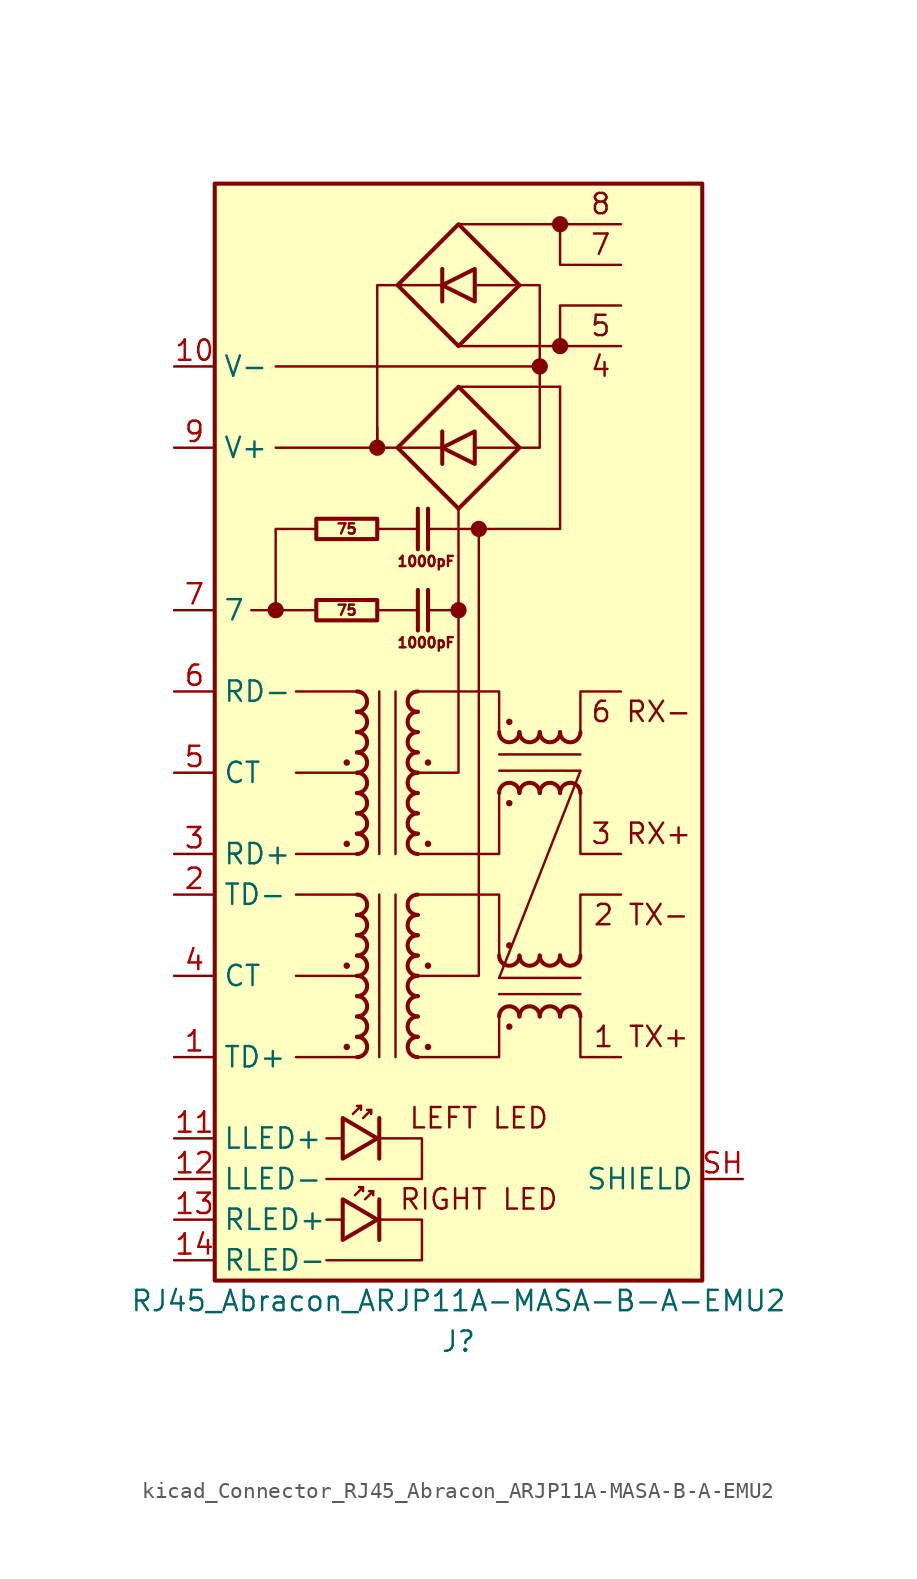
<source format=kicad_sym>
(kicad_symbol_lib
  (version 20220914)
  (generator kicad_symbol_editor)
  (symbol "kicad_Connector_RJ45_Abracon_ARJP11A-MASA-B-A-EMU2"
    (property "Reference" "J"
      (at 0 -38.1 0)
      (effects (font (size 1.27 1.27))))
    (property "Value" "RJ45_Abracon_ARJP11A-MASA-B-A-EMU2"
      (at 0 -35.56 0)
      (effects (font (size 1.27 1.27))))
    (symbol "kicad_Connector_RJ45_Abracon_ARJP11A-MASA-B-A-EMU2_0_0"
      (rectangle (start -15.24 34.29) (end 15.24 -34.29) (stroke (width 0.254) (type default)) (fill (type background)))
      (polyline (pts (xy -11.43 7.62) (xy -12.954 7.62)) (stroke (width 0) (type default)) (fill (type none)))
      (polyline (pts (xy -11.43 22.86) (xy 5.08 22.86)) (stroke (width 0) (type default)) (fill (type none)))
      (polyline (pts (xy -8.89 7.62) (xy -11.43 7.62)) (stroke (width 0) (type default)) (fill (type none)))
      (polyline (pts (xy -8.255 -25.4) (xy -7.239 -25.4)) (stroke (width 0) (type default)) (fill (type none)))
      (polyline (pts (xy -5.08 7.62) (xy -2.54 7.62)) (stroke (width 0) (type default)) (fill (type none)))
      (polyline (pts (xy -5.08 12.7) (xy -2.54 12.7)) (stroke (width 0) (type default)) (fill (type none)))
      (polyline (pts (xy -5.08 17.78) (xy -11.43 17.78)) (stroke (width 0) (type default)) (fill (type none)))
      (polyline (pts (xy -5.08 17.78) (xy -3.81 17.78)) (stroke (width 0) (type default)) (fill (type none)))
      (polyline (pts (xy -5.08 19.05) (xy -5.08 17.78)) (stroke (width 0) (type default)) (fill (type none)))
      (polyline (pts (xy -1.905 7.62) (xy 0 7.62)) (stroke (width 0) (type default)) (fill (type none)))
      (polyline (pts (xy -1.905 12.7) (xy 1.27 12.7)) (stroke (width 0) (type default)) (fill (type none)))
      (polyline (pts (xy 0 21.59) (xy 6.35 21.59)) (stroke (width 0) (type default)) (fill (type none)))
      (polyline (pts (xy 0 24.13) (xy 10.16 24.13)) (stroke (width 0) (type default)) (fill (type none)))
      (polyline (pts (xy 0 31.75) (xy 10.16 31.75)) (stroke (width 0) (type default)) (fill (type none)))
      (polyline (pts (xy -8.89 12.7) (xy -11.43 12.7) (xy -11.43 7.62)) (stroke (width 0) (type default)) (fill (type none)))
      (polyline (pts (xy -3.81 27.94) (xy -5.08 27.94) (xy -5.08 17.78)) (stroke (width 0) (type default)) (fill (type none)))
      (polyline (pts (xy -2.54 -2.54) (xy 0 -2.54) (xy 0 13.97)) (stroke (width 0) (type default)) (fill (type none)))
      (polyline (pts (xy 1.27 12.7) (xy 6.35 12.7) (xy 6.35 21.59)) (stroke (width 0) (type default)) (fill (type none)))
      (polyline (pts (xy 6.35 24.13) (xy 6.35 26.67) (xy 10.16 26.67)) (stroke (width 0) (type default)) (fill (type none)))
      (polyline (pts (xy 6.35 31.75) (xy 6.35 29.21) (xy 10.16 29.21)) (stroke (width 0) (type default)) (fill (type none)))
      (polyline (pts (xy -5.08 -25.4) (xy -2.286 -25.4) (xy -2.286 -27.94) (xy -8.255 -27.94)) (stroke (width 0) (type default)) (fill (type none)))
      (polyline (pts (xy -2.54 -15.24) (xy -1.27 -15.24) (xy 1.27 -15.24) (xy 1.27 12.7)) (stroke (width 0) (type default)) (fill (type none)))
      (polyline (pts (xy 3.81 17.78) (xy 5.08 17.78) (xy 5.08 27.94) (xy 3.81 27.94)) (stroke (width 0) (type default)) (fill (type none)))
      (circle (center 1.27 12.7) (radius 0.0001) (stroke (width 0.508) (type default)) (fill (type none)))
      (text "1 TX+" (at 11.43 -19.05 0) (effects (font (size 1.27 1.27))))
      (text "2 TX-" (at 11.43 -11.43 0) (effects (font (size 1.27 1.27))))
      (text "3 RX+" (at 11.43 -6.35 0) (effects (font (size 1.27 1.27))))
      (text "4" (at 8.89 22.86 0) (effects (font (size 1.27 1.27))))
      (text "5" (at 8.89 25.4 0) (effects (font (size 1.27 1.27))))
      (text "6 RX-" (at 11.43 1.27 0) (effects (font (size 1.27 1.27))))
      (text "7" (at 8.89 30.48 0) (effects (font (size 1.27 1.27))))
      (text "8" (at 8.89 33.02 0) (effects (font (size 1.27 1.27))))
      (text "LEFT LED" (at 1.27 -24.13 0) (effects (font (size 1.27 1.27)))))
    (symbol "kicad_Connector_RJ45_Abracon_ARJP11A-MASA-B-A-EMU2_0_1"
      (circle (center -6.985 -19.685) (radius 0.127) (stroke (width 0) (type default)) (fill (type outline)))
      (circle (center -6.985 -14.605) (radius 0.127) (stroke (width 0) (type default)) (fill (type outline)))
      (circle (center -6.985 -6.985) (radius 0.127) (stroke (width 0) (type default)) (fill (type outline)))
      (circle (center -6.985 -1.905) (radius 0.127) (stroke (width 0) (type default)) (fill (type outline)))
      (circle (center -1.905 -19.685) (radius 0.127) (stroke (width 0) (type default)) (fill (type outline)))
      (circle (center -1.905 -14.605) (radius 0.127) (stroke (width 0) (type default)) (fill (type outline)))
      (circle (center -1.905 -6.985) (radius 0.127) (stroke (width 0) (type default)) (fill (type outline)))
      (circle (center -1.905 -1.905) (radius 0.127) (stroke (width 0) (type default)) (fill (type outline)))
      (polyline (pts (xy -6.35 -20.32) (xy -10.16 -20.32)) (stroke (width 0) (type default)) (fill (type none)))
      (polyline (pts (xy -6.35 -15.24) (xy -10.16 -15.24)) (stroke (width 0) (type default)) (fill (type none)))
      (polyline (pts (xy -6.35 -10.16) (xy -10.16 -10.16)) (stroke (width 0) (type default)) (fill (type none)))
      (polyline (pts (xy -6.35 -7.62) (xy -10.16 -7.62)) (stroke (width 0) (type default)) (fill (type none)))
      (polyline (pts (xy -6.35 -2.54) (xy -10.16 -2.54)) (stroke (width 0) (type default)) (fill (type none)))
      (polyline (pts (xy -6.35 2.54) (xy -10.16 2.54)) (stroke (width 0) (type default)) (fill (type none)))
      (polyline (pts (xy -1.016 17.78) (xy -3.81 17.78)) (stroke (width 0) (type default)) (fill (type none)))
      (polyline (pts (xy -1.016 27.94) (xy -3.81 27.94)) (stroke (width 0) (type default)) (fill (type none)))
      (polyline (pts (xy 1.016 17.78) (xy 3.81 17.78)) (stroke (width 0) (type default)) (fill (type none)))
      (polyline (pts (xy 1.016 27.94) (xy 3.556 27.94)) (stroke (width 0) (type default)) (fill (type none)))
      (polyline (pts (xy 1.016 16.764) (xy 1.016 18.796) (xy -1.016 17.78) (xy 1.016 16.764)) (stroke (width 0.254) (type default)) (fill (type none)))
      (polyline (pts (xy 1.016 26.924) (xy 1.016 28.956) (xy -1.016 27.94) (xy 1.016 26.924)) (stroke (width 0.254) (type default)) (fill (type none)))
      (circle (center 3.175 -18.415) (radius 0.127) (stroke (width 0) (type default)) (fill (type outline)))
      (circle (center 3.175 -13.335) (radius 0.127) (stroke (width 0) (type default)) (fill (type outline)))
      (circle (center 3.175 -4.445) (radius 0.127) (stroke (width 0) (type default)) (fill (type outline)))
      (circle (center 3.175 0.635) (radius 0.127) (stroke (width 0) (type default)) (fill (type outline))))
    (symbol "kicad_Connector_RJ45_Abracon_ARJP11A-MASA-B-A-EMU2_1_0"
      (polyline (pts (xy -2.54 8.89) (xy -2.54 6.35)) (stroke (width 0.254) (type default)) (fill (type none)))
      (polyline (pts (xy -1.905 8.89) (xy -1.905 6.35)) (stroke (width 0.254) (type default)) (fill (type none)))
      (polyline (pts (xy -1.905 13.97) (xy -1.905 11.43)) (stroke (width 0.254) (type default)) (fill (type none)))
      (polyline (pts (xy -3.81 17.78) (xy 0 13.97) (xy 3.81 17.78) (xy 0 21.59) (xy -3.81 17.78)) (stroke (width 0.254) (type default)) (fill (type none)))
      (text "1000pF" (at -2.032 5.588 0) (effects (font (size 0.635 0.635))))
      (text "1000pF" (at -2.032 10.668 0) (effects (font (size 0.635 0.635)))))
    (symbol "kicad_Connector_RJ45_Abracon_ARJP11A-MASA-B-A-EMU2_1_1"
      (circle (center -11.43 7.62) (radius 0.0001) (stroke (width 0.508) (type default)) (fill (type none)))
      (rectangle (start -8.89 8.255) (end -5.08 6.985) (stroke (width 0.254) (type default)) (fill (type none)))
      (rectangle (start -8.89 13.335) (end -5.08 12.065) (stroke (width 0.254) (type default)) (fill (type none)))
      (arc (start -6.35 1.27) (mid -5.7177 1.905) (end -6.35 2.54) (stroke (width 0.254) (type default)) (fill (type none)))
      (arc (start -6.3473 -11.43) (mid -5.715 -10.795) (end -6.3473 -10.16) (stroke (width 0.254) (type default)) (fill (type none)))
      (arc (start -6.3473 -7.62) (mid -5.715 -6.985) (end -6.3473 -6.35) (stroke (width 0.254) (type default)) (fill (type none)))
      (arc (start -6.3473 -6.35) (mid -5.715 -5.715) (end -6.3473 -5.08) (stroke (width 0.254) (type default)) (fill (type none)))
      (arc (start -6.3473 -5.08) (mid -5.715 -4.445) (end -6.3473 -3.81) (stroke (width 0.254) (type default)) (fill (type none)))
      (arc (start -6.3473 -3.81) (mid -5.715 -3.175) (end -6.3473 -2.54) (stroke (width 0.254) (type default)) (fill (type none)))
      (arc (start -6.3473 -2.54) (mid -5.715 -1.905) (end -6.3473 -1.27) (stroke (width 0.254) (type default)) (fill (type none)))
      (arc (start -6.3473 -1.27) (mid -5.715 -0.635) (end -6.3473 0) (stroke (width 0.254) (type default)) (fill (type none)))
      (arc (start -6.3473 0) (mid -5.715 0.635) (end -6.3473 1.27) (stroke (width 0.254) (type default)) (fill (type none)))
      (arc (start -6.3446 -20.32) (mid -5.7123 -19.685) (end -6.3446 -19.05) (stroke (width 0.254) (type default)) (fill (type none)))
      (arc (start -6.3446 -19.05) (mid -5.7123 -18.415) (end -6.3446 -17.78) (stroke (width 0.254) (type default)) (fill (type none)))
      (arc (start -6.3446 -17.78) (mid -5.7123 -17.145) (end -6.3446 -16.51) (stroke (width 0.254) (type default)) (fill (type none)))
      (arc (start -6.3446 -16.51) (mid -5.7123 -15.875) (end -6.3446 -15.24) (stroke (width 0.254) (type default)) (fill (type none)))
      (arc (start -6.3446 -15.24) (mid -5.7123 -14.605) (end -6.3446 -13.97) (stroke (width 0.254) (type default)) (fill (type none)))
      (arc (start -6.3446 -13.97) (mid -5.7123 -13.335) (end -6.3446 -12.7) (stroke (width 0.254) (type default)) (fill (type none)))
      (arc (start -6.3446 -12.7) (mid -5.7123 -12.065) (end -6.3446 -11.43) (stroke (width 0.254) (type default)) (fill (type none)))
      (circle (center -5.08 17.78) (radius 0.0001) (stroke (width 0.508) (type default)) (fill (type none)))
      (arc (start -2.5454 -17.78) (mid -3.1777 -18.415) (end -2.5454 -19.05) (stroke (width 0.254) (type default)) (fill (type none)))
      (arc (start -2.5454 -16.51) (mid -3.1777 -17.145) (end -2.5454 -17.78) (stroke (width 0.254) (type default)) (fill (type none)))
      (arc (start -2.5454 -15.24) (mid -3.1777 -15.875) (end -2.5454 -16.51) (stroke (width 0.254) (type default)) (fill (type none)))
      (arc (start -2.5454 -13.97) (mid -3.1777 -14.605) (end -2.5454 -15.24) (stroke (width 0.254) (type default)) (fill (type none)))
      (arc (start -2.5454 -12.7) (mid -3.1777 -13.335) (end -2.5454 -13.97) (stroke (width 0.254) (type default)) (fill (type none)))
      (arc (start -2.5454 -11.43) (mid -3.1777 -12.065) (end -2.5454 -12.7) (stroke (width 0.254) (type default)) (fill (type none)))
      (arc (start -2.5454 -10.16) (mid -3.1777 -10.795) (end -2.5454 -11.43) (stroke (width 0.254) (type default)) (fill (type none)))
      (arc (start -2.5454 -5.08) (mid -3.1777 -5.715) (end -2.5454 -6.35) (stroke (width 0.254) (type default)) (fill (type none)))
      (arc (start -2.5454 -3.81) (mid -3.1777 -4.445) (end -2.5454 -5.08) (stroke (width 0.254) (type default)) (fill (type none)))
      (arc (start -2.5454 -2.54) (mid -3.1777 -3.175) (end -2.5454 -3.81) (stroke (width 0.254) (type default)) (fill (type none)))
      (arc (start -2.5454 -1.27) (mid -3.1777 -1.905) (end -2.5454 -2.54) (stroke (width 0.254) (type default)) (fill (type none)))
      (arc (start -2.5454 0) (mid -3.1777 -0.635) (end -2.5454 -1.27) (stroke (width 0.254) (type default)) (fill (type none)))
      (arc (start -2.5454 1.27) (mid -3.1777 0.635) (end -2.5454 0) (stroke (width 0.254) (type default)) (fill (type none)))
      (arc (start -2.5454 2.54) (mid -3.1777 1.905) (end -2.5454 1.27) (stroke (width 0.254) (type default)) (fill (type none)))
      (arc (start -2.5427 -19.05) (mid -3.175 -19.685) (end -2.5427 -20.32) (stroke (width 0.254) (type default)) (fill (type none)))
      (arc (start -2.5427 -6.35) (mid -3.175 -6.985) (end -2.5427 -7.62) (stroke (width 0.254) (type default)) (fill (type none)))
      (polyline (pts (xy -8.255 -30.48) (xy -7.239 -30.48)) (stroke (width 0) (type default)) (fill (type none)))
      (polyline (pts (xy -6.096 -23.368) (xy -6.35 -23.368)) (stroke (width 0) (type default)) (fill (type none)))
      (polyline (pts (xy -5.969 -28.448) (xy -6.223 -28.448)) (stroke (width 0) (type default)) (fill (type none)))
      (polyline (pts (xy -5.461 -23.622) (xy -5.715 -23.622)) (stroke (width 0) (type default)) (fill (type none)))
      (polyline (pts (xy -5.334 -28.702) (xy -5.588 -28.702)) (stroke (width 0) (type default)) (fill (type none)))
      (polyline (pts (xy -4.953 -29.21) (xy -4.953 -31.75)) (stroke (width 0.254) (type default)) (fill (type none)))
      (polyline (pts (xy -4.953 -24.13) (xy -4.953 -26.67)) (stroke (width 0.254) (type default)) (fill (type none)))
      (polyline (pts (xy -4.953 -10.16) (xy -4.953 -20.32)) (stroke (width 0) (type default)) (fill (type none)))
      (polyline (pts (xy -4.953 2.54) (xy -4.953 -7.62)) (stroke (width 0) (type default)) (fill (type none)))
      (polyline (pts (xy -3.937 -20.32) (xy -3.937 -10.16)) (stroke (width 0) (type default)) (fill (type none)))
      (polyline (pts (xy -3.937 -7.62) (xy -3.937 2.54)) (stroke (width 0) (type default)) (fill (type none)))
      (polyline (pts (xy -2.54 13.97) (xy -2.54 11.43)) (stroke (width 0.254) (type default)) (fill (type none)))
      (polyline (pts (xy -1.016 18.796) (xy -1.016 16.764)) (stroke (width 0.254) (type default)) (fill (type none)))
      (polyline (pts (xy -1.016 28.956) (xy -1.016 26.924)) (stroke (width 0.254) (type default)) (fill (type none)))
      (polyline (pts (xy 2.54 -16.383) (xy 7.62 -16.383)) (stroke (width 0) (type default)) (fill (type none)))
      (polyline (pts (xy 2.54 -15.367) (xy 7.62 -2.438)) (stroke (width 0) (type default)) (fill (type none)))
      (polyline (pts (xy 2.54 -2.413) (xy 7.62 -2.413)) (stroke (width 0) (type default)) (fill (type none)))
      (polyline (pts (xy 7.62 -15.367) (xy 2.54 -15.367)) (stroke (width 0) (type default)) (fill (type none)))
      (polyline (pts (xy 7.62 -1.397) (xy 2.54 -1.397)) (stroke (width 0) (type default)) (fill (type none)))
      (polyline (pts (xy -6.604 -23.876) (xy -6.096 -23.368) (xy -6.096 -23.622)) (stroke (width 0) (type default)) (fill (type none)))
      (polyline (pts (xy -6.477 -28.956) (xy -5.969 -28.448) (xy -5.969 -28.702)) (stroke (width 0) (type default)) (fill (type none)))
      (polyline (pts (xy -5.969 -24.13) (xy -5.461 -23.622) (xy -5.461 -23.876)) (stroke (width 0) (type default)) (fill (type none)))
      (polyline (pts (xy -5.842 -29.21) (xy -5.334 -28.702) (xy -5.334 -28.956)) (stroke (width 0) (type default)) (fill (type none)))
      (polyline (pts (xy -2.54 -10.16) (xy 2.54 -10.16) (xy 2.54 -13.97)) (stroke (width 0) (type default)) (fill (type none)))
      (polyline (pts (xy -2.54 -7.62) (xy 2.54 -7.62) (xy 2.54 -3.81)) (stroke (width 0) (type default)) (fill (type none)))
      (polyline (pts (xy -2.54 2.54) (xy 2.54 2.54) (xy 2.54 0)) (stroke (width 0) (type default)) (fill (type none)))
      (polyline (pts (xy 2.54 -17.78) (xy 2.54 -20.32) (xy -2.54 -20.32)) (stroke (width 0) (type default)) (fill (type none)))
      (polyline (pts (xy 7.62 -17.78) (xy 7.62 -20.32) (xy 10.16 -20.32)) (stroke (width 0) (type default)) (fill (type none)))
      (polyline (pts (xy 7.62 -13.97) (xy 7.62 -10.16) (xy 10.16 -10.16)) (stroke (width 0) (type default)) (fill (type none)))
      (polyline (pts (xy 7.62 -3.81) (xy 7.62 -7.62) (xy 10.16 -7.62)) (stroke (width 0) (type default)) (fill (type none)))
      (polyline (pts (xy 7.62 0) (xy 7.62 2.54) (xy 10.16 2.54)) (stroke (width 0) (type default)) (fill (type none)))
      (polyline (pts (xy -7.239 -29.21) (xy -7.239 -31.75) (xy -5.08 -30.48) (xy -7.239 -29.21)) (stroke (width 0.254) (type default)) (fill (type none)))
      (polyline (pts (xy -7.239 -24.13) (xy -7.239 -26.67) (xy -5.08 -25.4) (xy -7.239 -24.13)) (stroke (width 0.254) (type default)) (fill (type none)))
      (polyline (pts (xy -5.08 -30.48) (xy -2.286 -30.48) (xy -2.286 -33.02) (xy -8.255 -33.02)) (stroke (width 0) (type default)) (fill (type none)))
      (polyline (pts (xy -3.81 27.94) (xy 0 24.13) (xy 3.81 27.94) (xy 0 31.75) (xy -3.81 27.94)) (stroke (width 0.254) (type default)) (fill (type none)))
      (circle (center 0 7.62) (radius 0.0001) (stroke (width 0.508) (type default)) (fill (type none)))
      (arc (start 2.54 -13.9727) (mid 3.175 -14.605) (end 3.81 -13.9727) (stroke (width 0.254) (type default)) (fill (type none)))
      (arc (start 2.54 -0.0027) (mid 3.175 -0.635) (end 3.81 -0.0027) (stroke (width 0.254) (type default)) (fill (type none)))
      (arc (start 3.81 -17.7773) (mid 3.175 -17.145) (end 2.54 -17.7773) (stroke (width 0.254) (type default)) (fill (type none)))
      (arc (start 3.81 -13.9727) (mid 4.445 -14.605) (end 5.08 -13.9727) (stroke (width 0.254) (type default)) (fill (type none)))
      (arc (start 3.81 -3.8073) (mid 3.175 -3.175) (end 2.54 -3.8073) (stroke (width 0.254) (type default)) (fill (type none)))
      (arc (start 3.81 -0.0027) (mid 4.445 -0.635) (end 5.08 -0.0027) (stroke (width 0.254) (type default)) (fill (type none)))
      (arc (start 5.08 -17.7773) (mid 4.445 -17.145) (end 3.81 -17.7773) (stroke (width 0.254) (type default)) (fill (type none)))
      (arc (start 5.08 -13.9727) (mid 5.715 -14.605) (end 6.35 -13.9727) (stroke (width 0.254) (type default)) (fill (type none)))
      (arc (start 5.08 -3.8073) (mid 4.445 -3.175) (end 3.81 -3.8073) (stroke (width 0.254) (type default)) (fill (type none)))
      (arc (start 5.08 -0.0027) (mid 5.715 -0.635) (end 6.35 -0.0027) (stroke (width 0.254) (type default)) (fill (type none)))
      (circle (center 5.08 22.86) (radius 0.0001) (stroke (width 0.508) (type default)) (fill (type none)))
      (arc (start 6.35 -17.7773) (mid 5.715 -17.145) (end 5.08 -17.7773) (stroke (width 0.254) (type default)) (fill (type none)))
      (arc (start 6.35 -13.9727) (mid 6.985 -14.605) (end 7.62 -13.9727) (stroke (width 0.254) (type default)) (fill (type none)))
      (arc (start 6.35 -3.8073) (mid 5.715 -3.175) (end 5.08 -3.8073) (stroke (width 0.254) (type default)) (fill (type none)))
      (arc (start 6.35 -0.0027) (mid 6.985 -0.635) (end 7.62 -0.0027) (stroke (width 0.254) (type default)) (fill (type none)))
      (circle (center 6.35 24.13) (radius 0.0001) (stroke (width 0.508) (type default)) (fill (type none)))
      (circle (center 6.35 31.75) (radius 0.0001) (stroke (width 0.508) (type default)) (fill (type none)))
      (arc (start 7.62 -17.7773) (mid 6.985 -17.145) (end 6.35 -17.7773) (stroke (width 0.254) (type default)) (fill (type none)))
      (arc (start 7.62 -3.8073) (mid 6.985 -3.175) (end 6.35 -3.8073) (stroke (width 0.254) (type default)) (fill (type none)))
      (text "75" (at -6.985 7.62 0) (effects (font (size 0.635 0.635))))
      (text "75" (at -6.985 12.7 0) (effects (font (size 0.635 0.635))))
      (text "RIGHT LED" (at 1.27 -29.21 0) (effects (font (size 1.27 1.27))))
      (pin passive line (at -17.78 -20.32 0) (length 2.54) (name "TD+" (effects (font (size 1.27 1.27)))) (number "1" (effects (font (size 1.27 1.27)))))
      (pin power_out line (at -17.78 22.86 0) (length 2.54) (name "V-" (effects (font (size 1.27 1.27)))) (number "10" (effects (font (size 1.27 1.27)))))
      (pin passive line (at -17.78 -25.4 0) (length 2.54) (name "LLED+" (effects (font (size 1.27 1.27)))) (number "11" (effects (font (size 1.27 1.27)))))
      (pin passive line (at -17.78 -27.94 0) (length 2.54) (name "LLED-" (effects (font (size 1.27 1.27)))) (number "12" (effects (font (size 1.27 1.27)))))
      (pin passive line (at -17.78 -30.48 0) (length 2.54) (name "RLED+" (effects (font (size 1.27 1.27)))) (number "13" (effects (font (size 1.27 1.27)))))
      (pin passive line (at -17.78 -33.02 0) (length 2.54) (name "RLED-" (effects (font (size 1.27 1.27)))) (number "14" (effects (font (size 1.27 1.27)))))
      (pin passive line (at -17.78 -10.16 0) (length 2.54) (name "TD-" (effects (font (size 1.27 1.27)))) (number "2" (effects (font (size 1.27 1.27)))))
      (pin passive line (at -17.78 -7.62 0) (length 2.54) (name "RD+" (effects (font (size 1.27 1.27)))) (number "3" (effects (font (size 1.27 1.27)))))
      (pin passive line (at -17.78 -15.24 0) (length 2.54) (name "CT" (effects (font (size 1.27 1.27)))) (number "4" (effects (font (size 1.27 1.27)))))
      (pin passive line (at -17.78 -2.54 0) (length 2.54) (name "CT" (effects (font (size 1.27 1.27)))) (number "5" (effects (font (size 1.27 1.27)))))
      (pin passive line (at -17.78 2.54 0) (length 2.54) (name "RD-" (effects (font (size 1.27 1.27)))) (number "6" (effects (font (size 1.27 1.27)))))
      (pin passive line (at -17.78 7.62 0) (length 2.54) (name "7" (effects (font (size 1.27 1.27)))) (number "7" (effects (font (size 1.27 1.27)))))
      (pin power_out line (at -17.78 17.78 0) (length 2.54) (name "V+" (effects (font (size 1.27 1.27)))) (number "9" (effects (font (size 1.27 1.27)))))
      (pin passive line (at 17.78 -27.94 180) (length 2.54) (name "SHIELD" (effects (font (size 1.27 1.27)))) (number "SH" (effects (font (size 1.27 1.27))))))))
</source>
